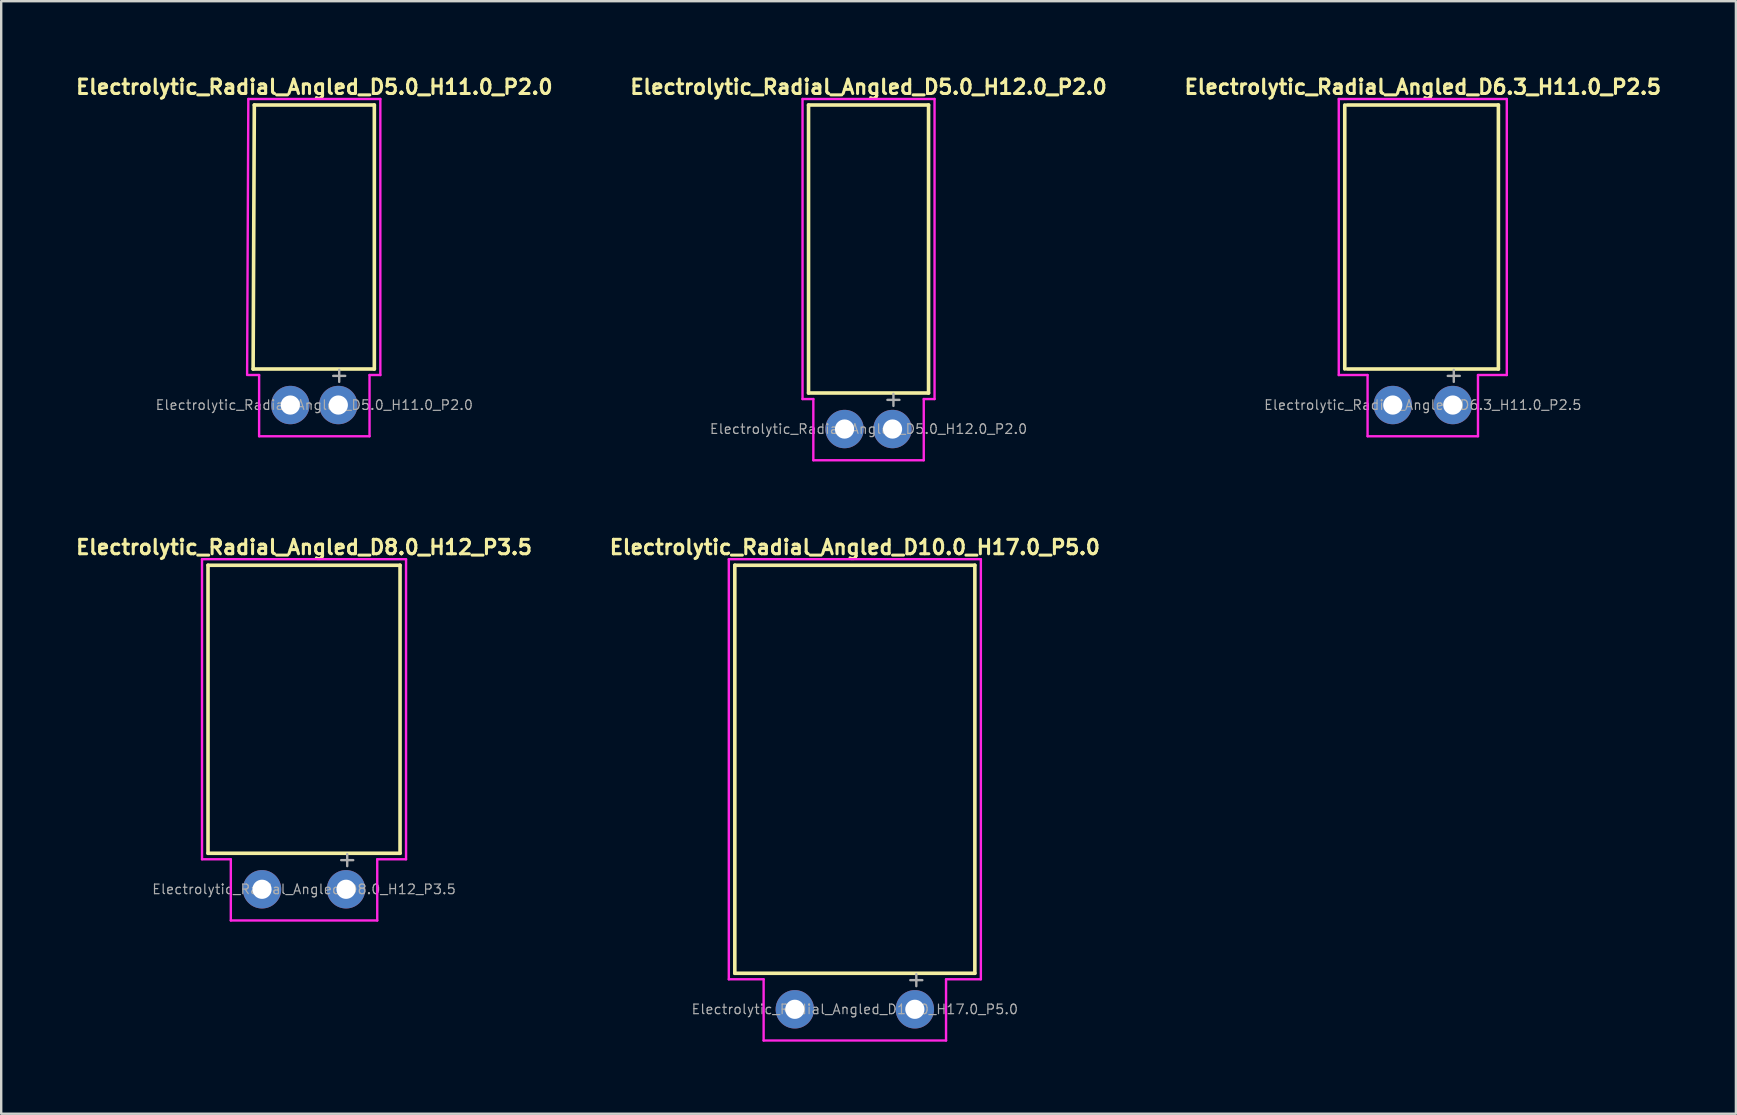
<source format=kicad_pcb>
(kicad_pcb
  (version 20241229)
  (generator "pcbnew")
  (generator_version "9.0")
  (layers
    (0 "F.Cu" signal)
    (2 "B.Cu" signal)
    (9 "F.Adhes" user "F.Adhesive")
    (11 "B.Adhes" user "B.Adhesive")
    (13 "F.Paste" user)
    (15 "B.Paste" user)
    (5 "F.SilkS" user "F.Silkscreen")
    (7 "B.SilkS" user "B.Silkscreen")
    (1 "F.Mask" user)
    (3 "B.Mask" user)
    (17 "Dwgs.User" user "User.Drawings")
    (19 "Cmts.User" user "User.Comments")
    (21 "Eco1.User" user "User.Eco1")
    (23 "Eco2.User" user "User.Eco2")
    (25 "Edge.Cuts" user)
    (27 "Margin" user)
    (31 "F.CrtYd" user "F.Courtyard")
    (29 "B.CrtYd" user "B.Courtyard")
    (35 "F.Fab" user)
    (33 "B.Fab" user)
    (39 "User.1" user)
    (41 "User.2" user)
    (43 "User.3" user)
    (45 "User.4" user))
  (footprint "Electrolytic_Radial_Angled_D10.0_H17.0_P5.0"
    (layer "F.Cu")
    (at 32.563 38.998)
    (property "Reference" "Electrolytic_Radial_Angled_D10.0_H17.0_P5.0" (at 0 -19.25 0) (layer "F.SilkS") (effects (font (size 0.6 0.6) (thickness 0.127))))
    (attr through_hole)
    (fp_line (start -5 -18.5) (end 5 -18.5) (stroke (width 0.15) (type solid)) (layer "F.SilkS"))
    (fp_line (start -5 -1.5) (end -5 -18.5) (stroke (width 0.15) (type solid)) (layer "F.SilkS"))
    (fp_line (start 5 -1.5) (end -5 -1.5) (stroke (width 0.15) (type solid)) (layer "F.SilkS"))
    (fp_line (start 5 -1.5) (end 5 -18.5) (stroke (width 0.15) (type solid)) (layer "F.SilkS"))
    (fp_line (start -5.25 -18.75) (end -5.25 -1.25) (stroke (width 0.1) (type solid)) (layer "F.CrtYd"))
    (fp_line (start -3.8 -1.25) (end -5.25 -1.25) (stroke (width 0.1) (type solid)) (layer "F.CrtYd"))
    (fp_line (start -3.8 1.3) (end -3.8 -1.25) (stroke (width 0.1) (type solid)) (layer "F.CrtYd"))
    (fp_line (start -3.8 1.3) (end 3.8 1.3) (stroke (width 0.1) (type solid)) (layer "F.CrtYd"))
    (fp_line (start 3.8 -1.25) (end 5.25 -1.25) (stroke (width 0.1) (type solid)) (layer "F.CrtYd"))
    (fp_line (start 3.8 1.3) (end 3.8 -1.25) (stroke (width 0.1) (type solid)) (layer "F.CrtYd"))
    (fp_line (start 5.25 -18.75) (end -5.25 -18.75) (stroke (width 0.1) (type solid)) (layer "F.CrtYd"))
    (fp_line (start 5.25 -1.25) (end 5.25 -18.75) (stroke (width 0.1) (type solid)) (layer "F.CrtYd"))
    (fp_line (start 2.311 -1.214) (end 2.811 -1.214) (stroke (width 0.1) (type solid)) (layer "F.Fab"))
    (fp_line (start 2.561 -1.464) (end 2.561 -0.965) (stroke (width 0.1) (type solid)) (layer "F.Fab"))
    (fp_text user "${REFERENCE}" (at 0 0 0) (layer "F.Fab") (effects (font (size 0.4 0.4) (thickness 0.05))))
    (pad "1" thru_hole circle (at 2.5 0) (size 1.6 1.6) (drill 0.8) (layers "*.Cu" "*.Mask"))
    (pad "2" thru_hole circle (at -2.5 0) (size 1.6 1.6) (drill 0.8) (layers "*.Cu" "*.Mask")))
  (footprint "Electrolytic_Radial_Angled_D6.3_H11.0_P2.5"
    (layer "F.Cu")
    (at 56.224 13.824)
    (property "Reference" "Electrolytic_Radial_Angled_D6.3_H11.0_P2.5" (at 0 -13.25 0) (layer "F.SilkS") (effects (font (size 0.6 0.6) (thickness 0.127))))
    (attr through_hole)
    (fp_line (start -3.25 -1.5) (end -3.25 -12.5) (stroke (width 0.15) (type solid)) (layer "F.SilkS"))
    (fp_line (start -3.15 -12.5) (end 3.15 -12.5) (stroke (width 0.15) (type solid)) (layer "F.SilkS"))
    (fp_line (start 3.15 -1.5) (end -3.15 -1.5) (stroke (width 0.15) (type solid)) (layer "F.SilkS"))
    (fp_line (start 3.15 -1.5) (end 3.15 -12.5) (stroke (width 0.15) (type solid)) (layer "F.SilkS"))
    (fp_line (start -3.5 -12.75) (end -3.5 -1.25) (stroke (width 0.1) (type solid)) (layer "F.CrtYd"))
    (fp_line (start -2.3 -1.25) (end -3.5 -1.25) (stroke (width 0.1) (type solid)) (layer "F.CrtYd"))
    (fp_line (start -2.3 1.3) (end -2.3 -1.25) (stroke (width 0.1) (type solid)) (layer "F.CrtYd"))
    (fp_line (start -2.3 1.3) (end 2.3 1.3) (stroke (width 0.1) (type solid)) (layer "F.CrtYd"))
    (fp_line (start 2.3 -1.25) (end 3.5 -1.25) (stroke (width 0.1) (type solid)) (layer "F.CrtYd"))
    (fp_line (start 2.3 1.3) (end 2.3 -1.25) (stroke (width 0.1) (type solid)) (layer "F.CrtYd"))
    (fp_line (start 3.5 -12.75) (end -3.5 -12.75) (stroke (width 0.1) (type solid)) (layer "F.CrtYd"))
    (fp_line (start 3.5 -1.25) (end 3.5 -12.75) (stroke (width 0.1) (type solid)) (layer "F.CrtYd"))
    (fp_line (start 1.041 -1.214) (end 1.541 -1.214) (stroke (width 0.1) (type solid)) (layer "F.Fab"))
    (fp_line (start 1.291 -1.464) (end 1.291 -0.965) (stroke (width 0.1) (type solid)) (layer "F.Fab"))
    (fp_text user "${REFERENCE}" (at 0 0 0) (layer "F.Fab") (effects (font (size 0.4 0.4) (thickness 0.05))))
    (pad "1" thru_hole circle (at 1.25 0) (size 1.6 1.6) (drill 0.8) (layers "*.Cu" "*.Mask"))
    (pad "2" thru_hole circle (at -1.25 0) (size 1.6 1.6) (drill 0.8) (layers "*.Cu" "*.Mask")))
  (footprint "Electrolytic_Radial_Angled_D5.0_H11.0_P2.0"
    (layer "F.Cu")
    (at 10.045 13.824)
    (property "Reference" "Electrolytic_Radial_Angled_D5.0_H11.0_P2.0" (at 0 -13.25 0) (layer "F.SilkS") (effects (font (size 0.6 0.6) (thickness 0.127))))
    (attr through_hole)
    (fp_line (start -2.55 -1.5) (end -2.5 -12.5) (stroke (width 0.15) (type solid)) (layer "F.SilkS"))
    (fp_line (start -2.5 -12.5) (end 2.5 -12.5) (stroke (width 0.15) (type solid)) (layer "F.SilkS"))
    (fp_line (start 2.5 -1.5) (end -2.55 -1.5) (stroke (width 0.15) (type solid)) (layer "F.SilkS"))
    (fp_line (start 2.5 -1.5) (end 2.5 -12.5) (stroke (width 0.15) (type solid)) (layer "F.SilkS"))
    (fp_line (start -2.75 -12.75) (end -2.8 -1.25) (stroke (width 0.1) (type solid)) (layer "F.CrtYd"))
    (fp_line (start -2.3 -1.25) (end -2.75 -1.25) (stroke (width 0.1) (type solid)) (layer "F.CrtYd"))
    (fp_line (start -2.3 1.3) (end -2.3 -1.25) (stroke (width 0.1) (type solid)) (layer "F.CrtYd"))
    (fp_line (start -2.3 1.3) (end 2.3 1.3) (stroke (width 0.1) (type solid)) (layer "F.CrtYd"))
    (fp_line (start 2.3 -1.25) (end 2.75 -1.25) (stroke (width 0.1) (type solid)) (layer "F.CrtYd"))
    (fp_line (start 2.3 1.3) (end 2.3 -1.25) (stroke (width 0.1) (type solid)) (layer "F.CrtYd"))
    (fp_line (start 2.75 -12.75) (end -2.75 -12.75) (stroke (width 0.1) (type solid)) (layer "F.CrtYd"))
    (fp_line (start 2.75 -1.25) (end 2.75 -12.75) (stroke (width 0.1) (type solid)) (layer "F.CrtYd"))
    (fp_line (start 0.787 -1.214) (end 1.287 -1.214) (stroke (width 0.1) (type solid)) (layer "F.Fab"))
    (fp_line (start 1.037 -1.464) (end 1.037 -0.965) (stroke (width 0.1) (type solid)) (layer "F.Fab"))
    (fp_text user "${REFERENCE}" (at 0 0 0) (layer "F.Fab") (effects (font (size 0.4 0.4) (thickness 0.05))))
    (pad "1" thru_hole circle (at 1 0) (size 1.6 1.6) (drill 0.8) (layers "*.Cu" "*.Mask"))
    (pad "2" thru_hole circle (at -1 0) (size 1.6 1.6) (drill 0.8) (layers "*.Cu" "*.Mask")))
  (footprint "Electrolytic_Radial_Angled_D5.0_H12.0_P2.0"
    (layer "F.Cu")
    (at 33.134 14.824)
    (property "Reference" "Electrolytic_Radial_Angled_D5.0_H12.0_P2.0" (at 0 -14.25 0) (layer "F.SilkS") (effects (font (size 0.6 0.6) (thickness 0.127))))
    (attr through_hole)
    (fp_line (start -2.5 -13.5) (end 2.5 -13.5) (stroke (width 0.15) (type solid)) (layer "F.SilkS"))
    (fp_line (start -2.5 -1.5) (end -2.5 -13.5) (stroke (width 0.15) (type solid)) (layer "F.SilkS"))
    (fp_line (start 2.5 -1.5) (end -2.5 -1.5) (stroke (width 0.15) (type solid)) (layer "F.SilkS"))
    (fp_line (start 2.5 -1.5) (end 2.5 -13.5) (stroke (width 0.15) (type solid)) (layer "F.SilkS"))
    (fp_line (start -2.75 -13.75) (end -2.75 -1.25) (stroke (width 0.1) (type solid)) (layer "F.CrtYd"))
    (fp_line (start -2.3 -1.25) (end -2.75 -1.25) (stroke (width 0.1) (type solid)) (layer "F.CrtYd"))
    (fp_line (start -2.3 1.3) (end -2.3 -1.25) (stroke (width 0.1) (type solid)) (layer "F.CrtYd"))
    (fp_line (start -2.3 1.3) (end 2.3 1.3) (stroke (width 0.1) (type solid)) (layer "F.CrtYd"))
    (fp_line (start 2.3 -1.25) (end 2.75 -1.25) (stroke (width 0.1) (type solid)) (layer "F.CrtYd"))
    (fp_line (start 2.3 1.3) (end 2.3 -1.25) (stroke (width 0.1) (type solid)) (layer "F.CrtYd"))
    (fp_line (start 2.75 -13.75) (end -2.75 -13.75) (stroke (width 0.1) (type solid)) (layer "F.CrtYd"))
    (fp_line (start 2.75 -1.25) (end 2.75 -13.75) (stroke (width 0.1) (type solid)) (layer "F.CrtYd"))
    (fp_line (start 0.787 -1.214) (end 1.287 -1.214) (stroke (width 0.1) (type solid)) (layer "F.Fab"))
    (fp_line (start 1.037 -1.464) (end 1.037 -0.965) (stroke (width 0.1) (type solid)) (layer "F.Fab"))
    (fp_text user "${REFERENCE}" (at 0 0 0) (layer "F.Fab") (effects (font (size 0.4 0.4) (thickness 0.05))))
    (pad "1" thru_hole circle (at 1 0) (size 1.6 1.6) (drill 0.8) (layers "*.Cu" "*.Mask"))
    (pad "2" thru_hole circle (at -1 0) (size 1.6 1.6) (drill 0.8) (layers "*.Cu" "*.Mask")))
  (footprint "Electrolytic_Radial_Angled_D8.0_H12_P3.5"
    (layer "F.Cu")
    (at 9.616 33.998)
    (property "Reference" "Electrolytic_Radial_Angled_D8.0_H12_P3.5" (at 0 -14.25 0) (layer "F.SilkS") (effects (font (size 0.6 0.6) (thickness 0.127))))
    (attr through_hole)
    (fp_line (start -4 -13.5) (end 4 -13.5) (stroke (width 0.15) (type solid)) (layer "F.SilkS"))
    (fp_line (start -4 -1.5) (end -4 -13.5) (stroke (width 0.15) (type solid)) (layer "F.SilkS"))
    (fp_line (start 4 -1.5) (end -4 -1.5) (stroke (width 0.15) (type solid)) (layer "F.SilkS"))
    (fp_line (start 4 -1.5) (end 4 -13.5) (stroke (width 0.15) (type solid)) (layer "F.SilkS"))
    (fp_line (start -4.25 -13.75) (end -4.25 -1.25) (stroke (width 0.1) (type solid)) (layer "F.CrtYd"))
    (fp_line (start -3.05 -1.25) (end -4.25 -1.25) (stroke (width 0.1) (type solid)) (layer "F.CrtYd"))
    (fp_line (start -3.05 1.3) (end -3.05 -1.25) (stroke (width 0.1) (type solid)) (layer "F.CrtYd"))
    (fp_line (start -3.05 1.3) (end 3.05 1.3) (stroke (width 0.1) (type solid)) (layer "F.CrtYd"))
    (fp_line (start 3.05 -1.25) (end 4.25 -1.25) (stroke (width 0.1) (type solid)) (layer "F.CrtYd"))
    (fp_line (start 3.05 1.3) (end 3.05 -1.25) (stroke (width 0.1) (type solid)) (layer "F.CrtYd"))
    (fp_line (start 4.25 -13.75) (end -4.25 -13.75) (stroke (width 0.1) (type solid)) (layer "F.CrtYd"))
    (fp_line (start 4.25 -1.25) (end 4.25 -13.75) (stroke (width 0.1) (type solid)) (layer "F.CrtYd"))
    (fp_line (start 1.549 -1.214) (end 2.049 -1.214) (stroke (width 0.1) (type solid)) (layer "F.Fab"))
    (fp_line (start 1.799 -1.464) (end 1.799 -0.965) (stroke (width 0.1) (type solid)) (layer "F.Fab"))
    (fp_text user "${REFERENCE}" (at 0 0 0) (layer "F.Fab") (effects (font (size 0.4 0.4) (thickness 0.05))))
    (pad "1" thru_hole circle (at 1.75 0) (size 1.6 1.6) (drill 0.8) (layers "*.Cu" "*.Mask"))
    (pad "2" thru_hole circle (at -1.75 0) (size 1.6 1.6) (drill 0.8) (layers "*.Cu" "*.Mask")))
  (gr_rect
    (start -3 -3)
    (end 69.269 43.348)
    (stroke (width 0.1) (type default))
    (fill no)
    (layer "Edge.Cuts")))
</source>
